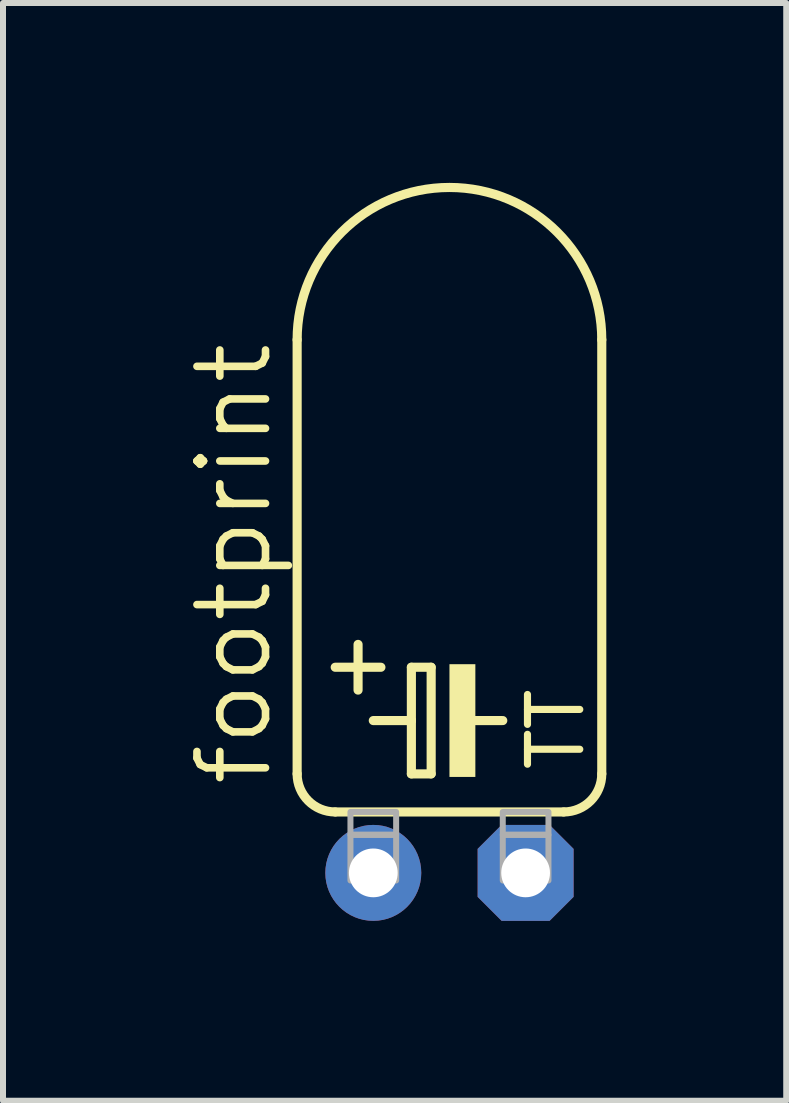
<source format=kicad_pcb>
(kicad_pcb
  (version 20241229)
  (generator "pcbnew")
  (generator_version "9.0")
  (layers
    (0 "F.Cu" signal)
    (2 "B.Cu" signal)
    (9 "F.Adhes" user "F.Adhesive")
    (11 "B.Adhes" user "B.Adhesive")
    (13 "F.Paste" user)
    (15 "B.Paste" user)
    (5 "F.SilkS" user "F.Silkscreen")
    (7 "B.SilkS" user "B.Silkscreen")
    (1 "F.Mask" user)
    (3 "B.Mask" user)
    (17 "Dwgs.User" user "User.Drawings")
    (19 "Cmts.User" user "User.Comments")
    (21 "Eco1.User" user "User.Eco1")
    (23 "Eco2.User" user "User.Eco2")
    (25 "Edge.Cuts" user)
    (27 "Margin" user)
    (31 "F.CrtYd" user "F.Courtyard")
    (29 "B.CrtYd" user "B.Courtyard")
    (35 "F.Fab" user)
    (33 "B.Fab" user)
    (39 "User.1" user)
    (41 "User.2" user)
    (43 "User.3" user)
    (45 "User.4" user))
  (footprint "footprint"
    (layer "F.Cu")
    (at 4.445 11.506)
    (property "Reference" "footprint" (at -2.921 -1.397 90) (layer "F.SilkS") (effects (font (size 1.143 1.143) (thickness 0.127)) (justify left bottom)))
    (fp_line (start -2.54 -8.89) (end -2.54 -1.651) (stroke (width 0.152) (type solid)) (layer "F.SilkS"))
    (fp_line (start -1.905 -3.429) (end -1.143 -3.429) (stroke (width 0.152) (type solid)) (layer "F.SilkS"))
    (fp_line (start -1.905 -1.016) (end 1.905 -1.016) (stroke (width 0.152) (type solid)) (layer "F.SilkS"))
    (fp_line (start -1.524 -3.81) (end -1.524 -3.048) (stroke (width 0.152) (type solid)) (layer "F.SilkS"))
    (fp_line (start -1.27 -2.54) (end -0.635 -2.54) (stroke (width 0.152) (type solid)) (layer "F.SilkS"))
    (fp_line (start -0.635 -3.429) (end -0.635 -2.54) (stroke (width 0.152) (type solid)) (layer "F.SilkS"))
    (fp_line (start -0.635 -2.54) (end -0.635 -1.651) (stroke (width 0.152) (type solid)) (layer "F.SilkS"))
    (fp_line (start -0.635 -1.651) (end -0.305 -1.651) (stroke (width 0.152) (type solid)) (layer "F.SilkS"))
    (fp_line (start -0.305 -3.429) (end -0.635 -3.429) (stroke (width 0.152) (type solid)) (layer "F.SilkS"))
    (fp_line (start -0.305 -1.651) (end -0.305 -3.429) (stroke (width 0.152) (type solid)) (layer "F.SilkS"))
    (fp_line (start 0.381 -2.54) (end 0.889 -2.54) (stroke (width 0.152) (type solid)) (layer "F.SilkS"))
    (fp_line (start 2.54 -8.89) (end 2.54 -1.651) (stroke (width 0.152) (type solid)) (layer "F.SilkS"))
    (fp_arc (start -2.54 -8.89) (mid 0 -11.43) (end 2.54 -8.89) (stroke (width 0.1524) (type solid)) (layer "F.SilkS"))
    (fp_arc (start -1.905 -1.016) (mid -2.354013 -1.201987) (end -2.54 -1.651) (stroke (width 0.1524) (type solid)) (layer "F.SilkS"))
    (fp_arc (start 2.54 -1.651) (mid 2.354013 -1.201987) (end 1.905 -1.016) (stroke (width 0.1524) (type solid)) (layer "F.SilkS"))
    (fp_poly (pts (xy 0 -1.6) (xy 0.432 -1.6) (xy 0.432 -3.48) (xy 0 -3.48)) (stroke (width 0) (type solid)) (fill yes) (layer "F.SilkS"))
    (fp_poly (pts (xy -1.651 -0.635) (xy -0.889 -0.635) (xy -0.889 -1.016) (xy -1.651 -1.016)) (stroke (width 0.1) (type solid)) (fill no) (layer "F.Fab"))
    (fp_poly (pts (xy -1.651 0.127) (xy -0.889 0.127) (xy -0.889 -0.635) (xy -1.651 -0.635)) (stroke (width 0.1) (type solid)) (fill no) (layer "F.Fab"))
    (fp_poly (pts (xy 0.889 -0.635) (xy 1.651 -0.635) (xy 1.651 -1.016) (xy 0.889 -1.016)) (stroke (width 0.1) (type solid)) (fill no) (layer "F.Fab"))
    (fp_poly (pts (xy 0.889 0.127) (xy 1.651 0.127) (xy 1.651 -0.635) (xy 0.889 -0.635)) (stroke (width 0.1) (type solid)) (fill no) (layer "F.Fab"))
    (fp_text user "TT" (at 2.286 -1.651 90) (layer "F.SilkS") (effects (font (size 0.872 0.872) (thickness 0.119)) (justify left bottom)))
    (pad "+" thru_hole circle (at -1.27 0) (size 1.6 1.6) (drill 0.813) (layers "*.Cu" "*.Mask"))
    (pad "-" thru_hole roundrect (at 1.27 0) (size 1.6 1.6) (drill 0.813) (layers "*.Cu" "*.Mask") (roundrect_rratio 0.25) (chamfer_ratio 0.25) (chamfer top_left top_right bottom_left bottom_right)))
  (gr_rect
    (start -3 -3)
    (end 10.061 15.306)
    (stroke (width 0.1) (type default))
    (fill no)
    (layer "Edge.Cuts")))
</source>
